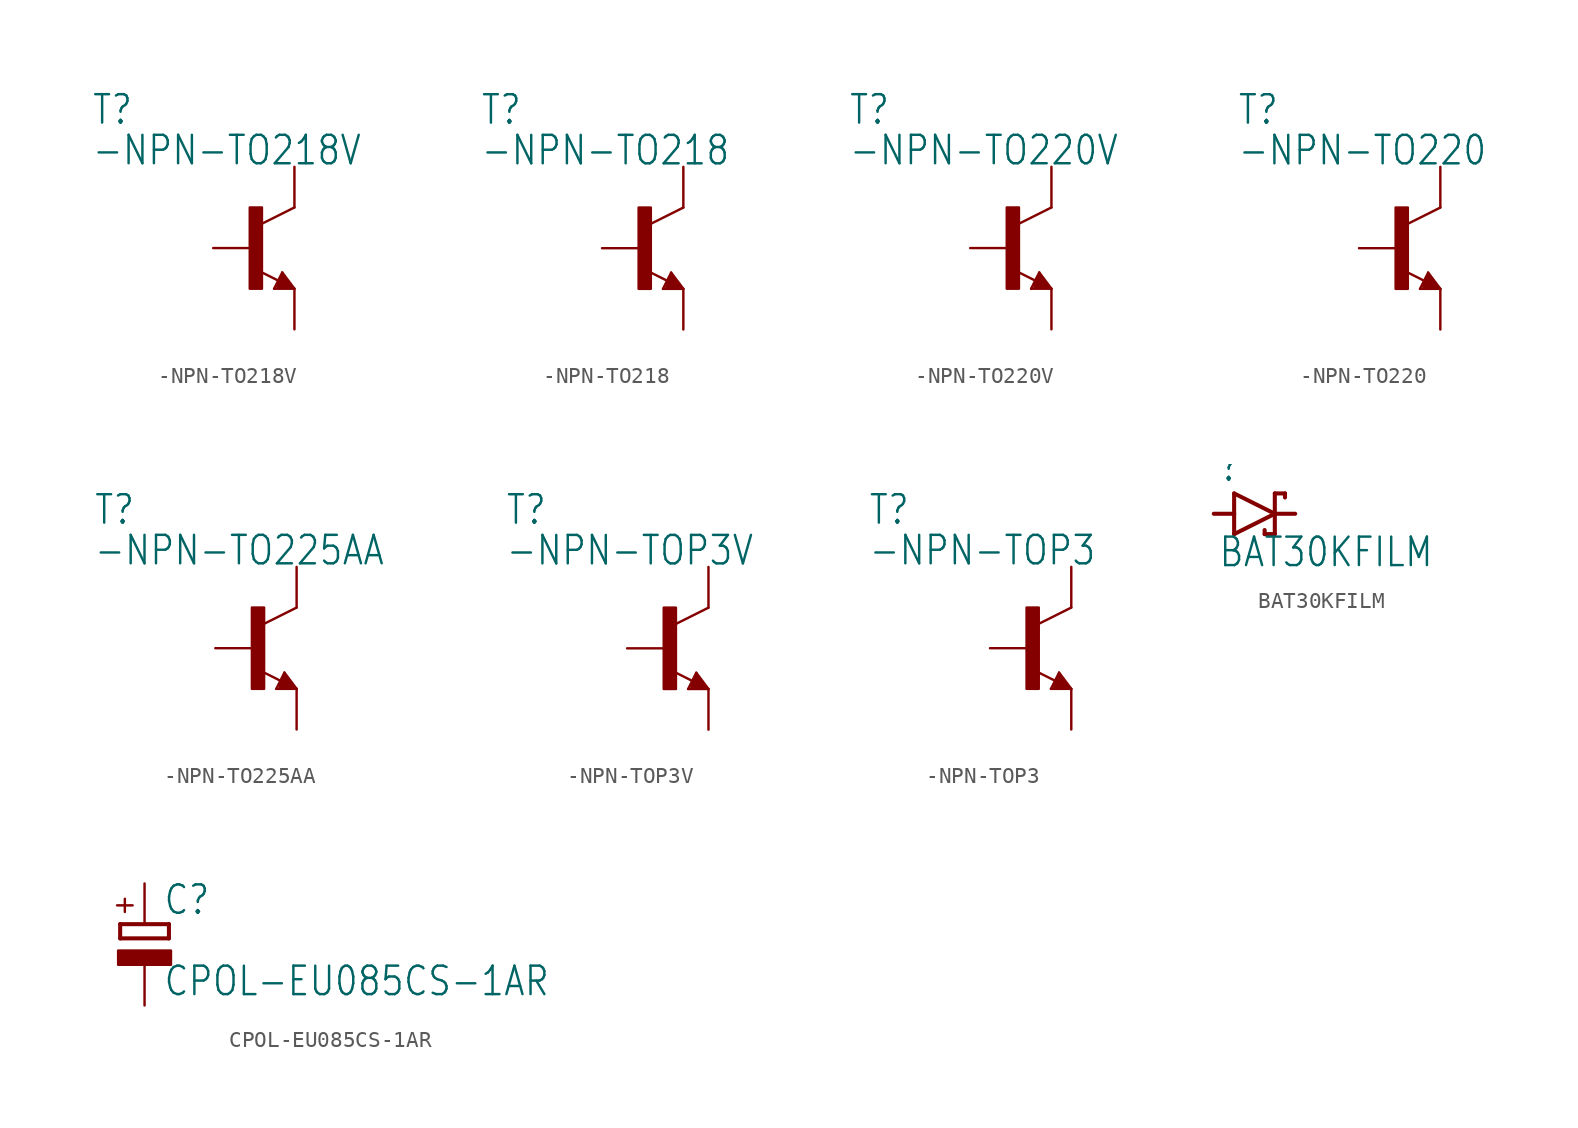
<source format=kicad_sym>
(kicad_symbol_lib
  (version 20210619)
  (generator kicad_symbol_editor)
  (symbol "-NPN-TO218V"
    (property "Reference" "T"
      (at -10.16 7.62 0)
      (effects (font (size 1.778 1.511)) (justify left bottom)))
    (property "Value" "-NPN-TO218V"
      (at -10.16 5.08 0)
      (effects (font (size 1.778 1.511)) (justify left bottom)))
    (property "ki_locked" ""
      (at 0 0 0)
      (effects (font (size 1.27 1.27))))
    (symbol "-NPN-TO218V_1_0"
      (rectangle (start -0.254 -2.54) (end 0.508 2.54) (stroke (width 0)) (fill (type outline)))
      (polyline (pts (xy 1.27 -2.54) (xy 1.778 -1.524)) (stroke (width 0.152)) (fill (type none)))
      (polyline (pts (xy 1.524 -2.413) (xy 2.286 -2.413)) (stroke (width 0.254)) (fill (type none)))
      (polyline (pts (xy 1.524 -2.286) (xy 1.905 -2.286)) (stroke (width 0.254)) (fill (type none)))
      (polyline (pts (xy 1.54 -2.04) (xy 0.308 -1.424)) (stroke (width 0.152)) (fill (type none)))
      (polyline (pts (xy 1.778 -1.778) (xy 1.524 -2.286)) (stroke (width 0.254)) (fill (type none)))
      (polyline (pts (xy 1.778 -1.524) (xy 2.54 -2.54)) (stroke (width 0.152)) (fill (type none)))
      (polyline (pts (xy 1.905 -2.286) (xy 1.778 -2.032)) (stroke (width 0.254)) (fill (type none)))
      (polyline (pts (xy 2.286 -2.413) (xy 1.778 -1.778)) (stroke (width 0.254)) (fill (type none)))
      (polyline (pts (xy 2.54 -2.54) (xy 1.27 -2.54)) (stroke (width 0.152)) (fill (type none)))
      (polyline (pts (xy 2.54 2.54) (xy 0.508 1.524)) (stroke (width 0.152)) (fill (type none)))
      (pin passive line (at -2.54 0 0) (length 2.54) (name "B" (effects (font (size 0 0)))) (number "1" (effects (font (size 0 0)))))
      (pin passive line (at 2.54 5.08 270) (length 2.54) (name "C" (effects (font (size 0 0)))) (number "2" (effects (font (size 0 0)))))
      (pin passive line (at 2.54 -5.08 90) (length 2.54) (name "E" (effects (font (size 0 0)))) (number "3" (effects (font (size 0 0)))))))
  (symbol "-NPN-TO218"
    (property "Reference" "T"
      (at -10.16 7.62 0)
      (effects (font (size 1.778 1.511)) (justify left bottom)))
    (property "Value" "-NPN-TO218"
      (at -10.16 5.08 0)
      (effects (font (size 1.778 1.511)) (justify left bottom)))
    (property "ki_locked" ""
      (at 0 0 0)
      (effects (font (size 1.27 1.27))))
    (symbol "-NPN-TO218_1_0"
      (rectangle (start -0.254 -2.54) (end 0.508 2.54) (stroke (width 0)) (fill (type outline)))
      (polyline (pts (xy 1.27 -2.54) (xy 1.778 -1.524)) (stroke (width 0.152)) (fill (type none)))
      (polyline (pts (xy 1.524 -2.413) (xy 2.286 -2.413)) (stroke (width 0.254)) (fill (type none)))
      (polyline (pts (xy 1.524 -2.286) (xy 1.905 -2.286)) (stroke (width 0.254)) (fill (type none)))
      (polyline (pts (xy 1.54 -2.04) (xy 0.308 -1.424)) (stroke (width 0.152)) (fill (type none)))
      (polyline (pts (xy 1.778 -1.778) (xy 1.524 -2.286)) (stroke (width 0.254)) (fill (type none)))
      (polyline (pts (xy 1.778 -1.524) (xy 2.54 -2.54)) (stroke (width 0.152)) (fill (type none)))
      (polyline (pts (xy 1.905 -2.286) (xy 1.778 -2.032)) (stroke (width 0.254)) (fill (type none)))
      (polyline (pts (xy 2.286 -2.413) (xy 1.778 -1.778)) (stroke (width 0.254)) (fill (type none)))
      (polyline (pts (xy 2.54 -2.54) (xy 1.27 -2.54)) (stroke (width 0.152)) (fill (type none)))
      (polyline (pts (xy 2.54 2.54) (xy 0.508 1.524)) (stroke (width 0.152)) (fill (type none)))
      (pin passive line (at -2.54 0 0) (length 2.54) (name "B" (effects (font (size 0 0)))) (number "1" (effects (font (size 0 0)))))
      (pin passive line (at 2.54 5.08 270) (length 2.54) (name "C" (effects (font (size 0 0)))) (number "2" (effects (font (size 0 0)))))
      (pin passive line (at 2.54 -5.08 90) (length 2.54) (name "E" (effects (font (size 0 0)))) (number "3" (effects (font (size 0 0)))))))
  (symbol "-NPN-TO220V"
    (property "Reference" "T"
      (at -10.16 7.62 0)
      (effects (font (size 1.778 1.511)) (justify left bottom)))
    (property "Value" "-NPN-TO220V"
      (at -10.16 5.08 0)
      (effects (font (size 1.778 1.511)) (justify left bottom)))
    (property "ki_locked" ""
      (at 0 0 0)
      (effects (font (size 1.27 1.27))))
    (symbol "-NPN-TO220V_1_0"
      (rectangle (start -0.254 -2.54) (end 0.508 2.54) (stroke (width 0)) (fill (type outline)))
      (polyline (pts (xy 1.27 -2.54) (xy 1.778 -1.524)) (stroke (width 0.152)) (fill (type none)))
      (polyline (pts (xy 1.524 -2.413) (xy 2.286 -2.413)) (stroke (width 0.254)) (fill (type none)))
      (polyline (pts (xy 1.524 -2.286) (xy 1.905 -2.286)) (stroke (width 0.254)) (fill (type none)))
      (polyline (pts (xy 1.54 -2.04) (xy 0.308 -1.424)) (stroke (width 0.152)) (fill (type none)))
      (polyline (pts (xy 1.778 -1.778) (xy 1.524 -2.286)) (stroke (width 0.254)) (fill (type none)))
      (polyline (pts (xy 1.778 -1.524) (xy 2.54 -2.54)) (stroke (width 0.152)) (fill (type none)))
      (polyline (pts (xy 1.905 -2.286) (xy 1.778 -2.032)) (stroke (width 0.254)) (fill (type none)))
      (polyline (pts (xy 2.286 -2.413) (xy 1.778 -1.778)) (stroke (width 0.254)) (fill (type none)))
      (polyline (pts (xy 2.54 -2.54) (xy 1.27 -2.54)) (stroke (width 0.152)) (fill (type none)))
      (polyline (pts (xy 2.54 2.54) (xy 0.508 1.524)) (stroke (width 0.152)) (fill (type none)))
      (pin passive line (at -2.54 0 0) (length 2.54) (name "B" (effects (font (size 0 0)))) (number "1" (effects (font (size 0 0)))))
      (pin passive line (at 2.54 5.08 270) (length 2.54) (name "C" (effects (font (size 0 0)))) (number "2" (effects (font (size 0 0)))))
      (pin passive line (at 2.54 -5.08 90) (length 2.54) (name "E" (effects (font (size 0 0)))) (number "3" (effects (font (size 0 0)))))))
  (symbol "-NPN-TO220"
    (property "Reference" "T"
      (at -10.16 7.62 0)
      (effects (font (size 1.778 1.511)) (justify left bottom)))
    (property "Value" "-NPN-TO220"
      (at -10.16 5.08 0)
      (effects (font (size 1.778 1.511)) (justify left bottom)))
    (property "ki_locked" ""
      (at 0 0 0)
      (effects (font (size 1.27 1.27))))
    (symbol "-NPN-TO220_1_0"
      (rectangle (start -0.254 -2.54) (end 0.508 2.54) (stroke (width 0)) (fill (type outline)))
      (polyline (pts (xy 1.27 -2.54) (xy 1.778 -1.524)) (stroke (width 0.152)) (fill (type none)))
      (polyline (pts (xy 1.524 -2.413) (xy 2.286 -2.413)) (stroke (width 0.254)) (fill (type none)))
      (polyline (pts (xy 1.524 -2.286) (xy 1.905 -2.286)) (stroke (width 0.254)) (fill (type none)))
      (polyline (pts (xy 1.54 -2.04) (xy 0.308 -1.424)) (stroke (width 0.152)) (fill (type none)))
      (polyline (pts (xy 1.778 -1.778) (xy 1.524 -2.286)) (stroke (width 0.254)) (fill (type none)))
      (polyline (pts (xy 1.778 -1.524) (xy 2.54 -2.54)) (stroke (width 0.152)) (fill (type none)))
      (polyline (pts (xy 1.905 -2.286) (xy 1.778 -2.032)) (stroke (width 0.254)) (fill (type none)))
      (polyline (pts (xy 2.286 -2.413) (xy 1.778 -1.778)) (stroke (width 0.254)) (fill (type none)))
      (polyline (pts (xy 2.54 -2.54) (xy 1.27 -2.54)) (stroke (width 0.152)) (fill (type none)))
      (polyline (pts (xy 2.54 2.54) (xy 0.508 1.524)) (stroke (width 0.152)) (fill (type none)))
      (pin passive line (at -2.54 0 0) (length 2.54) (name "B" (effects (font (size 0 0)))) (number "1" (effects (font (size 0 0)))))
      (pin passive line (at 2.54 5.08 270) (length 2.54) (name "C" (effects (font (size 0 0)))) (number "2" (effects (font (size 0 0)))))
      (pin passive line (at 2.54 -5.08 90) (length 2.54) (name "E" (effects (font (size 0 0)))) (number "3" (effects (font (size 0 0)))))))
  (symbol "-NPN-TO225AA"
    (property "Reference" "T"
      (at -10.16 7.62 0)
      (effects (font (size 1.778 1.511)) (justify left bottom)))
    (property "Value" "-NPN-TO225AA"
      (at -10.16 5.08 0)
      (effects (font (size 1.778 1.511)) (justify left bottom)))
    (property "ki_locked" ""
      (at 0 0 0)
      (effects (font (size 1.27 1.27))))
    (symbol "-NPN-TO225AA_1_0"
      (rectangle (start -0.254 -2.54) (end 0.508 2.54) (stroke (width 0)) (fill (type outline)))
      (polyline (pts (xy 1.27 -2.54) (xy 1.778 -1.524)) (stroke (width 0.152)) (fill (type none)))
      (polyline (pts (xy 1.524 -2.413) (xy 2.286 -2.413)) (stroke (width 0.254)) (fill (type none)))
      (polyline (pts (xy 1.524 -2.286) (xy 1.905 -2.286)) (stroke (width 0.254)) (fill (type none)))
      (polyline (pts (xy 1.54 -2.04) (xy 0.308 -1.424)) (stroke (width 0.152)) (fill (type none)))
      (polyline (pts (xy 1.778 -1.778) (xy 1.524 -2.286)) (stroke (width 0.254)) (fill (type none)))
      (polyline (pts (xy 1.778 -1.524) (xy 2.54 -2.54)) (stroke (width 0.152)) (fill (type none)))
      (polyline (pts (xy 1.905 -2.286) (xy 1.778 -2.032)) (stroke (width 0.254)) (fill (type none)))
      (polyline (pts (xy 2.286 -2.413) (xy 1.778 -1.778)) (stroke (width 0.254)) (fill (type none)))
      (polyline (pts (xy 2.54 -2.54) (xy 1.27 -2.54)) (stroke (width 0.152)) (fill (type none)))
      (polyline (pts (xy 2.54 2.54) (xy 0.508 1.524)) (stroke (width 0.152)) (fill (type none)))
      (pin passive line (at -2.54 0 0) (length 2.54) (name "B" (effects (font (size 0 0)))) (number "1" (effects (font (size 0 0)))))
      (pin passive line (at 2.54 5.08 270) (length 2.54) (name "C" (effects (font (size 0 0)))) (number "2" (effects (font (size 0 0)))))
      (pin passive line (at 2.54 -5.08 90) (length 2.54) (name "E" (effects (font (size 0 0)))) (number "3" (effects (font (size 0 0)))))))
  (symbol "-NPN-TOP3V"
    (property "Reference" "T"
      (at -10.16 7.62 0)
      (effects (font (size 1.778 1.511)) (justify left bottom)))
    (property "Value" "-NPN-TOP3V"
      (at -10.16 5.08 0)
      (effects (font (size 1.778 1.511)) (justify left bottom)))
    (property "ki_locked" ""
      (at 0 0 0)
      (effects (font (size 1.27 1.27))))
    (symbol "-NPN-TOP3V_1_0"
      (rectangle (start -0.254 -2.54) (end 0.508 2.54) (stroke (width 0)) (fill (type outline)))
      (polyline (pts (xy 1.27 -2.54) (xy 1.778 -1.524)) (stroke (width 0.152)) (fill (type none)))
      (polyline (pts (xy 1.524 -2.413) (xy 2.286 -2.413)) (stroke (width 0.254)) (fill (type none)))
      (polyline (pts (xy 1.524 -2.286) (xy 1.905 -2.286)) (stroke (width 0.254)) (fill (type none)))
      (polyline (pts (xy 1.54 -2.04) (xy 0.308 -1.424)) (stroke (width 0.152)) (fill (type none)))
      (polyline (pts (xy 1.778 -1.778) (xy 1.524 -2.286)) (stroke (width 0.254)) (fill (type none)))
      (polyline (pts (xy 1.778 -1.524) (xy 2.54 -2.54)) (stroke (width 0.152)) (fill (type none)))
      (polyline (pts (xy 1.905 -2.286) (xy 1.778 -2.032)) (stroke (width 0.254)) (fill (type none)))
      (polyline (pts (xy 2.286 -2.413) (xy 1.778 -1.778)) (stroke (width 0.254)) (fill (type none)))
      (polyline (pts (xy 2.54 -2.54) (xy 1.27 -2.54)) (stroke (width 0.152)) (fill (type none)))
      (polyline (pts (xy 2.54 2.54) (xy 0.508 1.524)) (stroke (width 0.152)) (fill (type none)))
      (pin passive line (at -2.54 0 0) (length 2.54) (name "B" (effects (font (size 0 0)))) (number "B" (effects (font (size 0 0)))))
      (pin passive line (at 2.54 5.08 270) (length 2.54) (name "C" (effects (font (size 0 0)))) (number "C" (effects (font (size 0 0)))))
      (pin passive line (at 2.54 -5.08 90) (length 2.54) (name "E" (effects (font (size 0 0)))) (number "E" (effects (font (size 0 0)))))))
  (symbol "-NPN-TOP3"
    (property "Reference" "T"
      (at -10.16 7.62 0)
      (effects (font (size 1.778 1.511)) (justify left bottom)))
    (property "Value" "-NPN-TOP3"
      (at -10.16 5.08 0)
      (effects (font (size 1.778 1.511)) (justify left bottom)))
    (property "ki_locked" ""
      (at 0 0 0)
      (effects (font (size 1.27 1.27))))
    (symbol "-NPN-TOP3_1_0"
      (rectangle (start -0.254 -2.54) (end 0.508 2.54) (stroke (width 0)) (fill (type outline)))
      (polyline (pts (xy 1.27 -2.54) (xy 1.778 -1.524)) (stroke (width 0.152)) (fill (type none)))
      (polyline (pts (xy 1.524 -2.413) (xy 2.286 -2.413)) (stroke (width 0.254)) (fill (type none)))
      (polyline (pts (xy 1.524 -2.286) (xy 1.905 -2.286)) (stroke (width 0.254)) (fill (type none)))
      (polyline (pts (xy 1.54 -2.04) (xy 0.308 -1.424)) (stroke (width 0.152)) (fill (type none)))
      (polyline (pts (xy 1.778 -1.778) (xy 1.524 -2.286)) (stroke (width 0.254)) (fill (type none)))
      (polyline (pts (xy 1.778 -1.524) (xy 2.54 -2.54)) (stroke (width 0.152)) (fill (type none)))
      (polyline (pts (xy 1.905 -2.286) (xy 1.778 -2.032)) (stroke (width 0.254)) (fill (type none)))
      (polyline (pts (xy 2.286 -2.413) (xy 1.778 -1.778)) (stroke (width 0.254)) (fill (type none)))
      (polyline (pts (xy 2.54 -2.54) (xy 1.27 -2.54)) (stroke (width 0.152)) (fill (type none)))
      (polyline (pts (xy 2.54 2.54) (xy 0.508 1.524)) (stroke (width 0.152)) (fill (type none)))
      (pin passive line (at -2.54 0 0) (length 2.54) (name "B" (effects (font (size 0 0)))) (number "1" (effects (font (size 0 0)))))
      (pin passive line (at 2.54 5.08 270) (length 2.54) (name "C" (effects (font (size 0 0)))) (number "2" (effects (font (size 0 0)))))
      (pin passive line (at 2.54 -5.08 90) (length 2.54) (name "E" (effects (font (size 0 0)))) (number "3" (effects (font (size 0 0)))))))
  (symbol "BAT30KFILM"
    (property "Reference" ""
      (at -2.286 1.905 0)
      (effects (font (size 1.778 1.511)) (justify left bottom)))
    (property "Value" "BAT30KFILM"
      (at -2.286 -3.429 0)
      (effects (font (size 1.778 1.511)) (justify left bottom)))
    (property "ki_locked" ""
      (at 0 0 0)
      (effects (font (size 1.27 1.27))))
    (symbol "BAT30KFILM_1_0"
      (polyline (pts (xy -1.27 -1.27) (xy 1.27 0)) (stroke (width 0.254)) (fill (type none)))
      (polyline (pts (xy -1.27 0) (xy -2.54 0)) (stroke (width 0.254)) (fill (type none)))
      (polyline (pts (xy -1.27 0) (xy -1.27 -1.27)) (stroke (width 0.254)) (fill (type none)))
      (polyline (pts (xy -1.27 1.27) (xy -1.27 0)) (stroke (width 0.254)) (fill (type none)))
      (polyline (pts (xy 0.635 -1.016) (xy 0.635 -1.27)) (stroke (width 0.254)) (fill (type none)))
      (polyline (pts (xy 1.27 -1.27) (xy 0.635 -1.27)) (stroke (width 0.254)) (fill (type none)))
      (polyline (pts (xy 1.27 0) (xy -1.27 1.27)) (stroke (width 0.254)) (fill (type none)))
      (polyline (pts (xy 1.27 0) (xy 1.27 -1.27)) (stroke (width 0.254)) (fill (type none)))
      (polyline (pts (xy 1.27 0) (xy 2.54 0)) (stroke (width 0.254)) (fill (type none)))
      (polyline (pts (xy 1.27 1.27) (xy 1.27 0)) (stroke (width 0.254)) (fill (type none)))
      (polyline (pts (xy 1.905 1.27) (xy 1.27 1.27)) (stroke (width 0.254)) (fill (type none)))
      (polyline (pts (xy 1.905 1.27) (xy 1.905 1.016)) (stroke (width 0.254)) (fill (type none)))
      (pin passive line (at -2.54 0 0) (length 0) (name "A" (effects (font (size 0 0)))) (number "A" (effects (font (size 0 0)))))
      (pin passive line (at 2.54 0 180) (length 0) (name "C" (effects (font (size 0 0)))) (number "C" (effects (font (size 0 0)))))))
  (symbol "CPOL-EU085CS-1AR"
    (property "Reference" "C"
      (at 1.143 0.483 0)
      (effects (font (size 1.778 1.511)) (justify left bottom)))
    (property "Value" "CPOL-EU085CS-1AR"
      (at 1.143 -4.597 0)
      (effects (font (size 1.778 1.511)) (justify left bottom)))
    (property "ki_locked" ""
      (at 0 0 0)
      (effects (font (size 1.27 1.27))))
    (symbol "CPOL-EU085CS-1AR_1_0"
      (text "+" (at -0.584 0.406 900) (effects (font (size 1.27 1.079)) (justify left bottom)))
      (rectangle (start -1.651 -2.54) (end 1.651 -1.651) (stroke (width 0)) (fill (type outline)))
      (polyline (pts (xy -1.524 -0.889) (xy 1.524 -0.889)) (stroke (width 0.254)) (fill (type none)))
      (polyline (pts (xy -1.524 0) (xy -1.524 -0.889)) (stroke (width 0.254)) (fill (type none)))
      (polyline (pts (xy -1.524 0) (xy 1.524 0)) (stroke (width 0.254)) (fill (type none)))
      (polyline (pts (xy 1.524 -0.889) (xy 1.524 0)) (stroke (width 0.254)) (fill (type none)))
      (pin passive line (at 0 2.54 270) (length 2.54) (name "+" (effects (font (size 0 0)))) (number "+" (effects (font (size 0 0)))))
      (pin passive line (at 0 -5.08 90) (length 2.54) (name "-" (effects (font (size 0 0)))) (number "-" (effects (font (size 0 0))))))))
</source>
